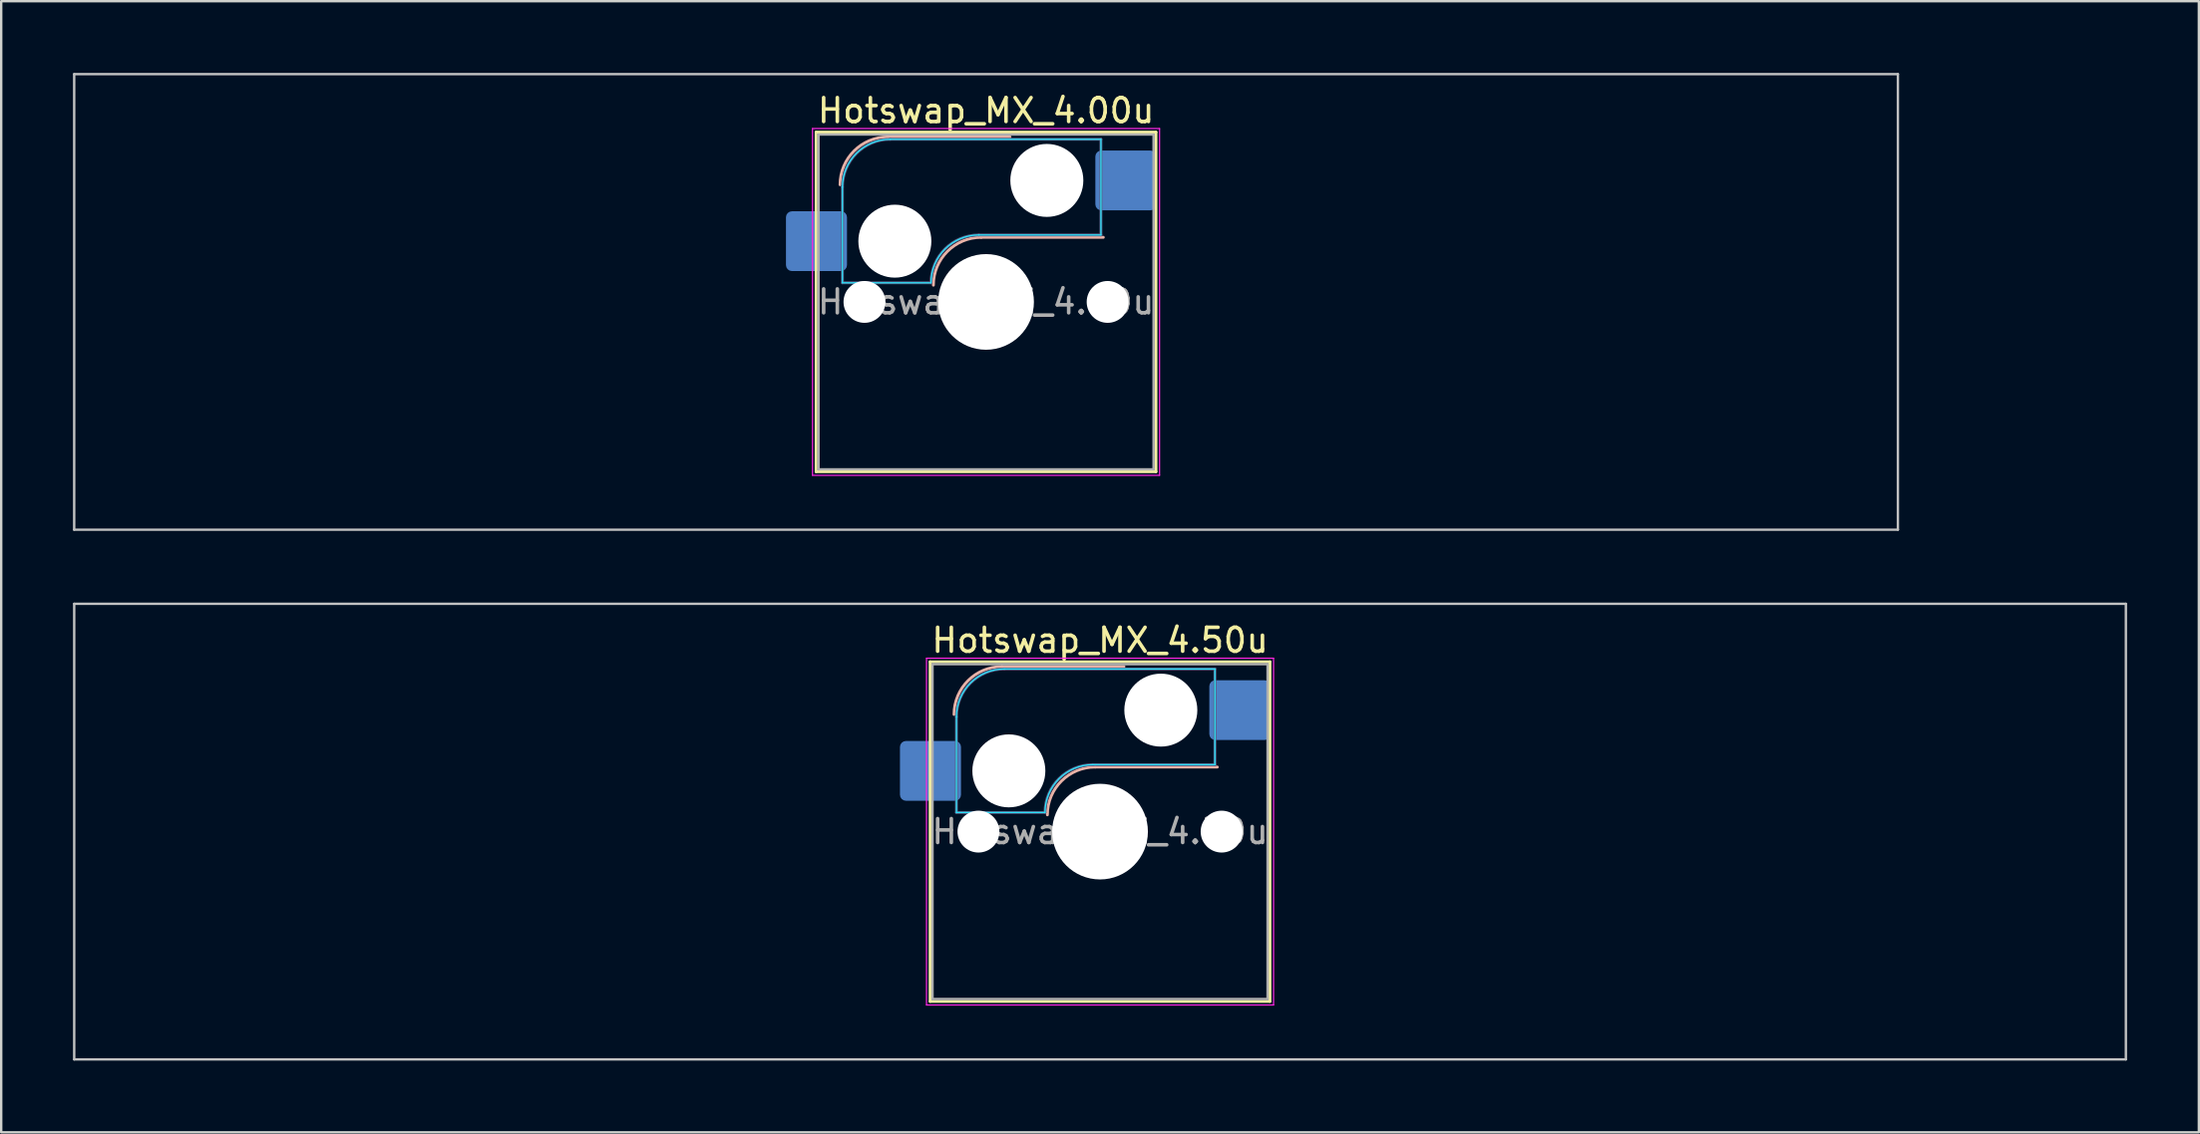
<source format=kicad_pcb>
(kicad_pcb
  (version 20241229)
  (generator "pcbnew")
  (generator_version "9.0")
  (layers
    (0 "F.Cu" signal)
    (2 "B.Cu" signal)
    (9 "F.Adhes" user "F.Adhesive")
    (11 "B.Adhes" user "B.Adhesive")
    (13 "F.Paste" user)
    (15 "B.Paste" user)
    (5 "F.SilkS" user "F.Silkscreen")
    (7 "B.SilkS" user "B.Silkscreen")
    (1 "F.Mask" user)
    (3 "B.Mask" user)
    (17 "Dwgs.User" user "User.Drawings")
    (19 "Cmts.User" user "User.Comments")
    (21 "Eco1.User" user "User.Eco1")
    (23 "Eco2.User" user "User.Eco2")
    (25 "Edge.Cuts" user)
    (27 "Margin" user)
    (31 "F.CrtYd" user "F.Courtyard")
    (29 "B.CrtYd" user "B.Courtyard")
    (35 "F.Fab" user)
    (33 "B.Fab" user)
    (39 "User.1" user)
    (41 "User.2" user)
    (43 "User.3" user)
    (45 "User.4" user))
  (footprint "Hotswap_MX_4.00u"
    (layer "F.Cu")
    (at 38.15 9.575)
    (property "Reference" "Hotswap_MX_4.00u" (at 0 -8 0) (layer "F.SilkS") (effects (font (size 1 1) (thickness 0.15))))
    (attr smd)
    (fp_line (start -7.1 -7.1) (end -7.1 7.1) (stroke (width 0.12) (type solid)) (layer "F.SilkS"))
    (fp_line (start -7.1 7.1) (end 7.1 7.1) (stroke (width 0.12) (type solid)) (layer "F.SilkS"))
    (fp_line (start 7.1 -7.1) (end -7.1 -7.1) (stroke (width 0.12) (type solid)) (layer "F.SilkS"))
    (fp_line (start 7.1 7.1) (end 7.1 -7.1) (stroke (width 0.12) (type solid)) (layer "F.SilkS"))
    (fp_line (start -4.1 -6.9) (end 1 -6.9) (stroke (width 0.12) (type solid)) (layer "B.SilkS"))
    (fp_line (start -0.2 -2.7) (end 4.9 -2.7) (stroke (width 0.12) (type solid)) (layer "B.SilkS"))
    (fp_arc (start -6.1 -4.9) (mid -5.514214 -6.314214) (end -4.1 -6.9) (stroke (width 0.12) (type solid)) (layer "B.SilkS"))
    (fp_arc (start -2.2 -0.7) (mid -1.614214 -2.114214) (end -0.2 -2.7) (stroke (width 0.12) (type solid)) (layer "B.SilkS"))
    (fp_line (start -38.1 -9.525) (end -38.1 9.525) (stroke (width 0.1) (type solid)) (layer "Dwgs.User"))
    (fp_line (start -38.1 9.525) (end 38.1 9.525) (stroke (width 0.1) (type solid)) (layer "Dwgs.User"))
    (fp_line (start 38.1 -9.525) (end -38.1 -9.525) (stroke (width 0.1) (type solid)) (layer "Dwgs.User"))
    (fp_line (start 38.1 9.525) (end 38.1 -9.525) (stroke (width 0.1) (type solid)) (layer "Dwgs.User"))
    (fp_line (start -7.8 -6) (end -7 -6) (stroke (width 0.1) (type solid)) (layer "Eco1.User"))
    (fp_line (start -7.8 -2.9) (end -7.8 -6) (stroke (width 0.1) (type solid)) (layer "Eco1.User"))
    (fp_line (start -7.8 2.9) (end -7 2.9) (stroke (width 0.1) (type solid)) (layer "Eco1.User"))
    (fp_line (start -7.8 6) (end -7.8 2.9) (stroke (width 0.1) (type solid)) (layer "Eco1.User"))
    (fp_line (start -7 -7) (end 7 -7) (stroke (width 0.1) (type solid)) (layer "Eco1.User"))
    (fp_line (start -7 -6) (end -7 -7) (stroke (width 0.1) (type solid)) (layer "Eco1.User"))
    (fp_line (start -7 -2.9) (end -7.8 -2.9) (stroke (width 0.1) (type solid)) (layer "Eco1.User"))
    (fp_line (start -7 2.9) (end -7 -2.9) (stroke (width 0.1) (type solid)) (layer "Eco1.User"))
    (fp_line (start -7 6) (end -7.8 6) (stroke (width 0.1) (type solid)) (layer "Eco1.User"))
    (fp_line (start -7 7) (end -7 6) (stroke (width 0.1) (type solid)) (layer "Eco1.User"))
    (fp_line (start 7 -7) (end 7 -6) (stroke (width 0.1) (type solid)) (layer "Eco1.User"))
    (fp_line (start 7 -6) (end 7.8 -6) (stroke (width 0.1) (type solid)) (layer "Eco1.User"))
    (fp_line (start 7 -2.9) (end 7 2.9) (stroke (width 0.1) (type solid)) (layer "Eco1.User"))
    (fp_line (start 7 2.9) (end 7.8 2.9) (stroke (width 0.1) (type solid)) (layer "Eco1.User"))
    (fp_line (start 7 6) (end 7 7) (stroke (width 0.1) (type solid)) (layer "Eco1.User"))
    (fp_line (start 7 7) (end -7 7) (stroke (width 0.1) (type solid)) (layer "Eco1.User"))
    (fp_line (start 7.8 -6) (end 7.8 -2.9) (stroke (width 0.1) (type solid)) (layer "Eco1.User"))
    (fp_line (start 7.8 -2.9) (end 7 -2.9) (stroke (width 0.1) (type solid)) (layer "Eco1.User"))
    (fp_line (start 7.8 2.9) (end 7.8 6) (stroke (width 0.1) (type solid)) (layer "Eco1.User"))
    (fp_line (start 7.8 6) (end 7 6) (stroke (width 0.1) (type solid)) (layer "Eco1.User"))
    (fp_line (start -6 -0.8) (end -6 -4.8) (stroke (width 0.05) (type solid)) (layer "B.CrtYd"))
    (fp_line (start -6 -0.8) (end -2.3 -0.8) (stroke (width 0.05) (type solid)) (layer "B.CrtYd"))
    (fp_line (start -4 -6.8) (end 4.8 -6.8) (stroke (width 0.05) (type solid)) (layer "B.CrtYd"))
    (fp_line (start -0.3 -2.8) (end 4.8 -2.8) (stroke (width 0.05) (type solid)) (layer "B.CrtYd"))
    (fp_line (start 4.8 -6.8) (end 4.8 -2.8) (stroke (width 0.05) (type solid)) (layer "B.CrtYd"))
    (fp_arc (start -6 -4.8) (mid -5.414214 -6.214214) (end -4 -6.8) (stroke (width 0.05) (type solid)) (layer "B.CrtYd"))
    (fp_arc (start -2.3 -0.8) (mid -1.714214 -2.214214) (end -0.3 -2.8) (stroke (width 0.05) (type solid)) (layer "B.CrtYd"))
    (fp_line (start -7.25 -7.25) (end -7.25 7.25) (stroke (width 0.05) (type solid)) (layer "F.CrtYd"))
    (fp_line (start -7.25 7.25) (end 7.25 7.25) (stroke (width 0.05) (type solid)) (layer "F.CrtYd"))
    (fp_line (start 7.25 -7.25) (end -7.25 -7.25) (stroke (width 0.05) (type solid)) (layer "F.CrtYd"))
    (fp_line (start 7.25 7.25) (end 7.25 -7.25) (stroke (width 0.05) (type solid)) (layer "F.CrtYd"))
    (fp_line (start -6 -0.8) (end -6 -4.8) (stroke (width 0.12) (type solid)) (layer "B.Fab"))
    (fp_line (start -6 -0.8) (end -2.3 -0.8) (stroke (width 0.12) (type solid)) (layer "B.Fab"))
    (fp_line (start -4 -6.8) (end 4.8 -6.8) (stroke (width 0.12) (type solid)) (layer "B.Fab"))
    (fp_line (start -0.3 -2.8) (end 4.8 -2.8) (stroke (width 0.12) (type solid)) (layer "B.Fab"))
    (fp_line (start 4.8 -6.8) (end 4.8 -2.8) (stroke (width 0.12) (type solid)) (layer "B.Fab"))
    (fp_arc (start -6 -4.8) (mid -5.414214 -6.214214) (end -4 -6.8) (stroke (width 0.12) (type solid)) (layer "B.Fab"))
    (fp_arc (start -2.3 -0.8) (mid -1.714214 -2.214214) (end -0.3 -2.8) (stroke (width 0.12) (type solid)) (layer "B.Fab"))
    (fp_line (start -7 -7) (end -7 7) (stroke (width 0.1) (type solid)) (layer "F.Fab"))
    (fp_line (start -7 7) (end 7 7) (stroke (width 0.1) (type solid)) (layer "F.Fab"))
    (fp_line (start 7 -7) (end -7 -7) (stroke (width 0.1) (type solid)) (layer "F.Fab"))
    (fp_line (start 7 7) (end 7 -7) (stroke (width 0.1) (type solid)) (layer "F.Fab"))
    (fp_text user "${REFERENCE}" (at 0 0 0) (layer "F.Fab") (effects (font (size 1 1) (thickness 0.15))))
    (pad "" np_thru_hole circle (at -5.08 0) (size 1.75 1.75) (drill 1.75) (layers "*.Cu" "*.Mask"))
    (pad "" np_thru_hole circle (at -3.81 -2.54) (size 3.05 3.05) (drill 3.05) (layers "*.Cu" "*.Mask"))
    (pad "" np_thru_hole circle (at 0 0) (size 4 4) (drill 4) (layers "*.Cu" "*.Mask"))
    (pad "" np_thru_hole circle (at 2.54 -5.08) (size 3.05 3.05) (drill 3.05) (layers "*.Cu" "*.Mask"))
    (pad "" np_thru_hole circle (at 5.08 0) (size 1.75 1.75) (drill 1.75) (layers "*.Cu" "*.Mask"))
    (pad "1" smd roundrect (at -7.085 -2.54) (size 2.55 2.5) (layers "B.Cu" "B.Mask" "B.Paste") (roundrect_rratio 0.1))
    (pad "2" smd roundrect (at 5.842 -5.08) (size 2.55 2.5) (layers "B.Cu" "B.Mask" "B.Paste") (roundrect_rratio 0.1)))
  (footprint "Hotswap_MX_4.50u"
    (layer "F.Cu")
    (at 42.913 31.725)
    (property "Reference" "Hotswap_MX_4.50u" (at 0 -8 0) (layer "F.SilkS") (effects (font (size 1 1) (thickness 0.15))))
    (attr smd)
    (fp_line (start -7.1 -7.1) (end -7.1 7.1) (stroke (width 0.12) (type solid)) (layer "F.SilkS"))
    (fp_line (start -7.1 7.1) (end 7.1 7.1) (stroke (width 0.12) (type solid)) (layer "F.SilkS"))
    (fp_line (start 7.1 -7.1) (end -7.1 -7.1) (stroke (width 0.12) (type solid)) (layer "F.SilkS"))
    (fp_line (start 7.1 7.1) (end 7.1 -7.1) (stroke (width 0.12) (type solid)) (layer "F.SilkS"))
    (fp_line (start -4.1 -6.9) (end 1 -6.9) (stroke (width 0.12) (type solid)) (layer "B.SilkS"))
    (fp_line (start -0.2 -2.7) (end 4.9 -2.7) (stroke (width 0.12) (type solid)) (layer "B.SilkS"))
    (fp_arc (start -6.1 -4.9) (mid -5.514214 -6.314214) (end -4.1 -6.9) (stroke (width 0.12) (type solid)) (layer "B.SilkS"))
    (fp_arc (start -2.2 -0.7) (mid -1.614214 -2.114214) (end -0.2 -2.7) (stroke (width 0.12) (type solid)) (layer "B.SilkS"))
    (fp_line (start -42.862 -9.525) (end -42.862 9.525) (stroke (width 0.1) (type solid)) (layer "Dwgs.User"))
    (fp_line (start -42.862 9.525) (end 42.862 9.525) (stroke (width 0.1) (type solid)) (layer "Dwgs.User"))
    (fp_line (start 42.862 -9.525) (end -42.862 -9.525) (stroke (width 0.1) (type solid)) (layer "Dwgs.User"))
    (fp_line (start 42.862 9.525) (end 42.862 -9.525) (stroke (width 0.1) (type solid)) (layer "Dwgs.User"))
    (fp_line (start -7.8 -6) (end -7 -6) (stroke (width 0.1) (type solid)) (layer "Eco1.User"))
    (fp_line (start -7.8 -2.9) (end -7.8 -6) (stroke (width 0.1) (type solid)) (layer "Eco1.User"))
    (fp_line (start -7.8 2.9) (end -7 2.9) (stroke (width 0.1) (type solid)) (layer "Eco1.User"))
    (fp_line (start -7.8 6) (end -7.8 2.9) (stroke (width 0.1) (type solid)) (layer "Eco1.User"))
    (fp_line (start -7 -7) (end 7 -7) (stroke (width 0.1) (type solid)) (layer "Eco1.User"))
    (fp_line (start -7 -6) (end -7 -7) (stroke (width 0.1) (type solid)) (layer "Eco1.User"))
    (fp_line (start -7 -2.9) (end -7.8 -2.9) (stroke (width 0.1) (type solid)) (layer "Eco1.User"))
    (fp_line (start -7 2.9) (end -7 -2.9) (stroke (width 0.1) (type solid)) (layer "Eco1.User"))
    (fp_line (start -7 6) (end -7.8 6) (stroke (width 0.1) (type solid)) (layer "Eco1.User"))
    (fp_line (start -7 7) (end -7 6) (stroke (width 0.1) (type solid)) (layer "Eco1.User"))
    (fp_line (start 7 -7) (end 7 -6) (stroke (width 0.1) (type solid)) (layer "Eco1.User"))
    (fp_line (start 7 -6) (end 7.8 -6) (stroke (width 0.1) (type solid)) (layer "Eco1.User"))
    (fp_line (start 7 -2.9) (end 7 2.9) (stroke (width 0.1) (type solid)) (layer "Eco1.User"))
    (fp_line (start 7 2.9) (end 7.8 2.9) (stroke (width 0.1) (type solid)) (layer "Eco1.User"))
    (fp_line (start 7 6) (end 7 7) (stroke (width 0.1) (type solid)) (layer "Eco1.User"))
    (fp_line (start 7 7) (end -7 7) (stroke (width 0.1) (type solid)) (layer "Eco1.User"))
    (fp_line (start 7.8 -6) (end 7.8 -2.9) (stroke (width 0.1) (type solid)) (layer "Eco1.User"))
    (fp_line (start 7.8 -2.9) (end 7 -2.9) (stroke (width 0.1) (type solid)) (layer "Eco1.User"))
    (fp_line (start 7.8 2.9) (end 7.8 6) (stroke (width 0.1) (type solid)) (layer "Eco1.User"))
    (fp_line (start 7.8 6) (end 7 6) (stroke (width 0.1) (type solid)) (layer "Eco1.User"))
    (fp_line (start -6 -0.8) (end -6 -4.8) (stroke (width 0.05) (type solid)) (layer "B.CrtYd"))
    (fp_line (start -6 -0.8) (end -2.3 -0.8) (stroke (width 0.05) (type solid)) (layer "B.CrtYd"))
    (fp_line (start -4 -6.8) (end 4.8 -6.8) (stroke (width 0.05) (type solid)) (layer "B.CrtYd"))
    (fp_line (start -0.3 -2.8) (end 4.8 -2.8) (stroke (width 0.05) (type solid)) (layer "B.CrtYd"))
    (fp_line (start 4.8 -6.8) (end 4.8 -2.8) (stroke (width 0.05) (type solid)) (layer "B.CrtYd"))
    (fp_arc (start -6 -4.8) (mid -5.414214 -6.214214) (end -4 -6.8) (stroke (width 0.05) (type solid)) (layer "B.CrtYd"))
    (fp_arc (start -2.3 -0.8) (mid -1.714214 -2.214214) (end -0.3 -2.8) (stroke (width 0.05) (type solid)) (layer "B.CrtYd"))
    (fp_line (start -7.25 -7.25) (end -7.25 7.25) (stroke (width 0.05) (type solid)) (layer "F.CrtYd"))
    (fp_line (start -7.25 7.25) (end 7.25 7.25) (stroke (width 0.05) (type solid)) (layer "F.CrtYd"))
    (fp_line (start 7.25 -7.25) (end -7.25 -7.25) (stroke (width 0.05) (type solid)) (layer "F.CrtYd"))
    (fp_line (start 7.25 7.25) (end 7.25 -7.25) (stroke (width 0.05) (type solid)) (layer "F.CrtYd"))
    (fp_line (start -6 -0.8) (end -6 -4.8) (stroke (width 0.12) (type solid)) (layer "B.Fab"))
    (fp_line (start -6 -0.8) (end -2.3 -0.8) (stroke (width 0.12) (type solid)) (layer "B.Fab"))
    (fp_line (start -4 -6.8) (end 4.8 -6.8) (stroke (width 0.12) (type solid)) (layer "B.Fab"))
    (fp_line (start -0.3 -2.8) (end 4.8 -2.8) (stroke (width 0.12) (type solid)) (layer "B.Fab"))
    (fp_line (start 4.8 -6.8) (end 4.8 -2.8) (stroke (width 0.12) (type solid)) (layer "B.Fab"))
    (fp_arc (start -6 -4.8) (mid -5.414214 -6.214214) (end -4 -6.8) (stroke (width 0.12) (type solid)) (layer "B.Fab"))
    (fp_arc (start -2.3 -0.8) (mid -1.714214 -2.214214) (end -0.3 -2.8) (stroke (width 0.12) (type solid)) (layer "B.Fab"))
    (fp_line (start -7 -7) (end -7 7) (stroke (width 0.1) (type solid)) (layer "F.Fab"))
    (fp_line (start -7 7) (end 7 7) (stroke (width 0.1) (type solid)) (layer "F.Fab"))
    (fp_line (start 7 -7) (end -7 -7) (stroke (width 0.1) (type solid)) (layer "F.Fab"))
    (fp_line (start 7 7) (end 7 -7) (stroke (width 0.1) (type solid)) (layer "F.Fab"))
    (fp_text user "${REFERENCE}" (at 0 0 0) (layer "F.Fab") (effects (font (size 1 1) (thickness 0.15))))
    (pad "" np_thru_hole circle (at -5.08 0) (size 1.75 1.75) (drill 1.75) (layers "*.Cu" "*.Mask"))
    (pad "" np_thru_hole circle (at -3.81 -2.54) (size 3.05 3.05) (drill 3.05) (layers "*.Cu" "*.Mask"))
    (pad "" np_thru_hole circle (at 0 0) (size 4 4) (drill 4) (layers "*.Cu" "*.Mask"))
    (pad "" np_thru_hole circle (at 2.54 -5.08) (size 3.05 3.05) (drill 3.05) (layers "*.Cu" "*.Mask"))
    (pad "" np_thru_hole circle (at 5.08 0) (size 1.75 1.75) (drill 1.75) (layers "*.Cu" "*.Mask"))
    (pad "1" smd roundrect (at -7.085 -2.54) (size 2.55 2.5) (layers "B.Cu" "B.Mask" "B.Paste") (roundrect_rratio 0.1))
    (pad "2" smd roundrect (at 5.842 -5.08) (size 2.55 2.5) (layers "B.Cu" "B.Mask" "B.Paste") (roundrect_rratio 0.1)))
  (gr_rect
    (start -3 -3)
    (end 88.825 44.3)
    (stroke (width 0.1) (type default))
    (fill no)
    (layer "Edge.Cuts")))
</source>
